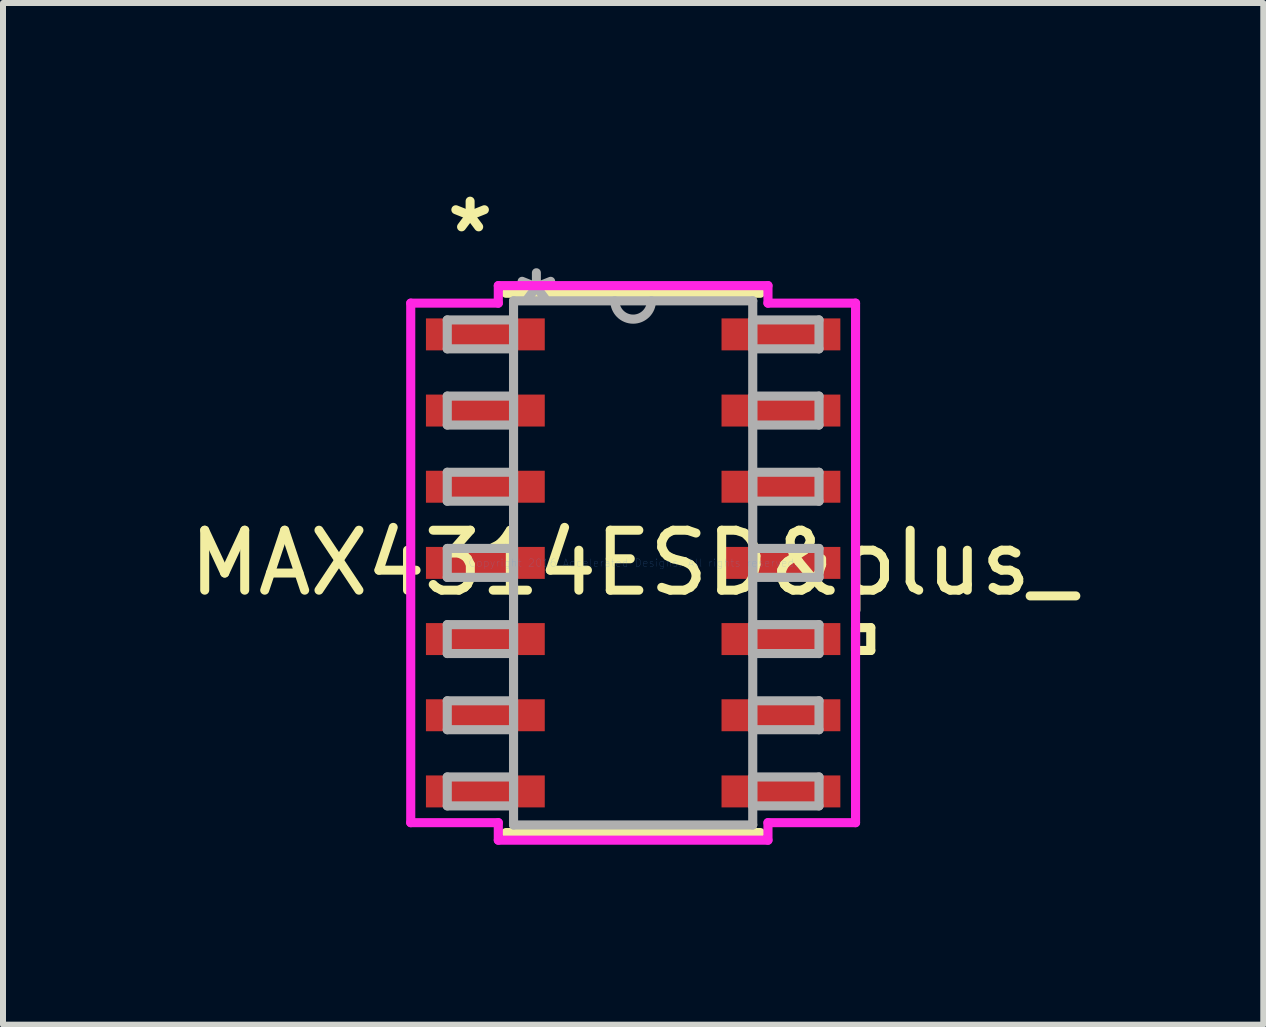
<source format=kicad_pcb>
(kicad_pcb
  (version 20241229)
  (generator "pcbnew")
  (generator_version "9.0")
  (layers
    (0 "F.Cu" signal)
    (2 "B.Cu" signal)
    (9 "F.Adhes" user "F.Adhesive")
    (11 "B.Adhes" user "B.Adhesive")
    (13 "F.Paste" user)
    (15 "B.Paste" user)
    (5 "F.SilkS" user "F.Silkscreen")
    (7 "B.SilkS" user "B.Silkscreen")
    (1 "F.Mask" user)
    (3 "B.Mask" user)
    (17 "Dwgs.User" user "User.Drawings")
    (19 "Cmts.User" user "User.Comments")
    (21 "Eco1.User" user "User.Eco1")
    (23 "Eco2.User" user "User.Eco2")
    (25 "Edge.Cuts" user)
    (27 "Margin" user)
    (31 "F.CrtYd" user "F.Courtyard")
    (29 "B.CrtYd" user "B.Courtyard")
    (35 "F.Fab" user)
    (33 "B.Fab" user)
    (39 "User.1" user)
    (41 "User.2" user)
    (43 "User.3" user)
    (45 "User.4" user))
  (footprint "MAX4314ESD&plus_"
    (layer "F.Cu")
    (at 7.506 6.335)
    (property "Reference" "MAX4314ESD&plus_" (at 0 0 0) (layer "F.SilkS") (effects (font (size 1 1) (thickness 0.15))))
    (attr through_hole)
    (fp_line (start -2.121 4.496) (end 2.121 4.496) (stroke (width 0.152) (type solid)) (layer "F.SilkS"))
    (fp_line (start 2.121 -4.496) (end -2.121 -4.496) (stroke (width 0.152) (type solid)) (layer "F.SilkS"))
    (fp_line (start 3.708 1.079) (end 3.962 1.079) (stroke (width 0.152) (type solid)) (layer "F.SilkS"))
    (fp_line (start 3.708 1.46) (end 3.708 1.079) (stroke (width 0.152) (type solid)) (layer "F.SilkS"))
    (fp_line (start 3.962 1.079) (end 3.962 1.46) (stroke (width 0.152) (type solid)) (layer "F.SilkS"))
    (fp_line (start 3.962 1.46) (end 3.708 1.46) (stroke (width 0.152) (type solid)) (layer "F.SilkS"))
    (fp_line (start -3.708 -4.331) (end -2.248 -4.331) (stroke (width 0.152) (type solid)) (layer "F.CrtYd"))
    (fp_line (start -3.708 4.331) (end -3.708 -4.331) (stroke (width 0.152) (type solid)) (layer "F.CrtYd"))
    (fp_line (start -2.248 -4.623) (end 2.248 -4.623) (stroke (width 0.152) (type solid)) (layer "F.CrtYd"))
    (fp_line (start -2.248 -4.331) (end -2.248 -4.623) (stroke (width 0.152) (type solid)) (layer "F.CrtYd"))
    (fp_line (start -2.248 4.331) (end -3.708 4.331) (stroke (width 0.152) (type solid)) (layer "F.CrtYd"))
    (fp_line (start -2.248 4.623) (end -2.248 4.331) (stroke (width 0.152) (type solid)) (layer "F.CrtYd"))
    (fp_line (start 2.248 -4.623) (end 2.248 -4.331) (stroke (width 0.152) (type solid)) (layer "F.CrtYd"))
    (fp_line (start 2.248 -4.331) (end 3.708 -4.331) (stroke (width 0.152) (type solid)) (layer "F.CrtYd"))
    (fp_line (start 2.248 4.331) (end 2.248 4.623) (stroke (width 0.152) (type solid)) (layer "F.CrtYd"))
    (fp_line (start 2.248 4.623) (end -2.248 4.623) (stroke (width 0.152) (type solid)) (layer "F.CrtYd"))
    (fp_line (start 3.708 -4.331) (end 3.708 4.331) (stroke (width 0.152) (type solid)) (layer "F.CrtYd"))
    (fp_line (start 3.708 4.331) (end 2.248 4.331) (stroke (width 0.152) (type solid)) (layer "F.CrtYd"))
    (fp_line (start -3.099 -4.051) (end -3.099 -3.569) (stroke (width 0.152) (type solid)) (layer "F.Fab"))
    (fp_line (start -3.099 -3.569) (end -1.994 -3.569) (stroke (width 0.152) (type solid)) (layer "F.Fab"))
    (fp_line (start -3.099 -2.781) (end -3.099 -2.299) (stroke (width 0.152) (type solid)) (layer "F.Fab"))
    (fp_line (start -3.099 -2.299) (end -1.994 -2.299) (stroke (width 0.152) (type solid)) (layer "F.Fab"))
    (fp_line (start -3.099 -1.511) (end -3.099 -1.029) (stroke (width 0.152) (type solid)) (layer "F.Fab"))
    (fp_line (start -3.099 -1.029) (end -1.994 -1.029) (stroke (width 0.152) (type solid)) (layer "F.Fab"))
    (fp_line (start -3.099 -0.241) (end -3.099 0.241) (stroke (width 0.152) (type solid)) (layer "F.Fab"))
    (fp_line (start -3.099 0.241) (end -1.994 0.241) (stroke (width 0.152) (type solid)) (layer "F.Fab"))
    (fp_line (start -3.099 1.029) (end -3.099 1.511) (stroke (width 0.152) (type solid)) (layer "F.Fab"))
    (fp_line (start -3.099 1.511) (end -1.994 1.511) (stroke (width 0.152) (type solid)) (layer "F.Fab"))
    (fp_line (start -3.099 2.299) (end -3.099 2.781) (stroke (width 0.152) (type solid)) (layer "F.Fab"))
    (fp_line (start -3.099 2.781) (end -1.994 2.781) (stroke (width 0.152) (type solid)) (layer "F.Fab"))
    (fp_line (start -3.099 3.569) (end -3.099 4.051) (stroke (width 0.152) (type solid)) (layer "F.Fab"))
    (fp_line (start -3.099 4.051) (end -1.994 4.051) (stroke (width 0.152) (type solid)) (layer "F.Fab"))
    (fp_line (start -1.994 -4.369) (end -1.994 4.369) (stroke (width 0.152) (type solid)) (layer "F.Fab"))
    (fp_line (start -1.994 -4.051) (end -3.099 -4.051) (stroke (width 0.152) (type solid)) (layer "F.Fab"))
    (fp_line (start -1.994 -3.569) (end -1.994 -4.051) (stroke (width 0.152) (type solid)) (layer "F.Fab"))
    (fp_line (start -1.994 -2.781) (end -3.099 -2.781) (stroke (width 0.152) (type solid)) (layer "F.Fab"))
    (fp_line (start -1.994 -2.299) (end -1.994 -2.781) (stroke (width 0.152) (type solid)) (layer "F.Fab"))
    (fp_line (start -1.994 -1.511) (end -3.099 -1.511) (stroke (width 0.152) (type solid)) (layer "F.Fab"))
    (fp_line (start -1.994 -1.029) (end -1.994 -1.511) (stroke (width 0.152) (type solid)) (layer "F.Fab"))
    (fp_line (start -1.994 -0.241) (end -3.099 -0.241) (stroke (width 0.152) (type solid)) (layer "F.Fab"))
    (fp_line (start -1.994 0.241) (end -1.994 -0.241) (stroke (width 0.152) (type solid)) (layer "F.Fab"))
    (fp_line (start -1.994 1.029) (end -3.099 1.029) (stroke (width 0.152) (type solid)) (layer "F.Fab"))
    (fp_line (start -1.994 1.511) (end -1.994 1.029) (stroke (width 0.152) (type solid)) (layer "F.Fab"))
    (fp_line (start -1.994 2.299) (end -3.099 2.299) (stroke (width 0.152) (type solid)) (layer "F.Fab"))
    (fp_line (start -1.994 2.781) (end -1.994 2.299) (stroke (width 0.152) (type solid)) (layer "F.Fab"))
    (fp_line (start -1.994 3.569) (end -3.099 3.569) (stroke (width 0.152) (type solid)) (layer "F.Fab"))
    (fp_line (start -1.994 4.051) (end -1.994 3.569) (stroke (width 0.152) (type solid)) (layer "F.Fab"))
    (fp_line (start -1.994 4.369) (end 1.994 4.369) (stroke (width 0.152) (type solid)) (layer "F.Fab"))
    (fp_line (start 1.994 -4.369) (end -1.994 -4.369) (stroke (width 0.152) (type solid)) (layer "F.Fab"))
    (fp_line (start 1.994 -4.051) (end 1.994 -3.569) (stroke (width 0.152) (type solid)) (layer "F.Fab"))
    (fp_line (start 1.994 -3.569) (end 3.099 -3.569) (stroke (width 0.152) (type solid)) (layer "F.Fab"))
    (fp_line (start 1.994 -2.781) (end 1.994 -2.299) (stroke (width 0.152) (type solid)) (layer "F.Fab"))
    (fp_line (start 1.994 -2.299) (end 3.099 -2.299) (stroke (width 0.152) (type solid)) (layer "F.Fab"))
    (fp_line (start 1.994 -1.511) (end 1.994 -1.029) (stroke (width 0.152) (type solid)) (layer "F.Fab"))
    (fp_line (start 1.994 -1.029) (end 3.099 -1.029) (stroke (width 0.152) (type solid)) (layer "F.Fab"))
    (fp_line (start 1.994 -0.241) (end 1.994 0.241) (stroke (width 0.152) (type solid)) (layer "F.Fab"))
    (fp_line (start 1.994 0.241) (end 3.099 0.241) (stroke (width 0.152) (type solid)) (layer "F.Fab"))
    (fp_line (start 1.994 1.029) (end 1.994 1.511) (stroke (width 0.152) (type solid)) (layer "F.Fab"))
    (fp_line (start 1.994 1.511) (end 3.099 1.511) (stroke (width 0.152) (type solid)) (layer "F.Fab"))
    (fp_line (start 1.994 2.299) (end 1.994 2.781) (stroke (width 0.152) (type solid)) (layer "F.Fab"))
    (fp_line (start 1.994 2.781) (end 3.099 2.781) (stroke (width 0.152) (type solid)) (layer "F.Fab"))
    (fp_line (start 1.994 3.569) (end 1.994 4.051) (stroke (width 0.152) (type solid)) (layer "F.Fab"))
    (fp_line (start 1.994 4.051) (end 3.099 4.051) (stroke (width 0.152) (type solid)) (layer "F.Fab"))
    (fp_line (start 1.994 4.369) (end 1.994 -4.369) (stroke (width 0.152) (type solid)) (layer "F.Fab"))
    (fp_line (start 3.099 -4.051) (end 1.994 -4.051) (stroke (width 0.152) (type solid)) (layer "F.Fab"))
    (fp_line (start 3.099 -3.569) (end 3.099 -4.051) (stroke (width 0.152) (type solid)) (layer "F.Fab"))
    (fp_line (start 3.099 -2.781) (end 1.994 -2.781) (stroke (width 0.152) (type solid)) (layer "F.Fab"))
    (fp_line (start 3.099 -2.299) (end 3.099 -2.781) (stroke (width 0.152) (type solid)) (layer "F.Fab"))
    (fp_line (start 3.099 -1.511) (end 1.994 -1.511) (stroke (width 0.152) (type solid)) (layer "F.Fab"))
    (fp_line (start 3.099 -1.029) (end 3.099 -1.511) (stroke (width 0.152) (type solid)) (layer "F.Fab"))
    (fp_line (start 3.099 -0.241) (end 1.994 -0.241) (stroke (width 0.152) (type solid)) (layer "F.Fab"))
    (fp_line (start 3.099 0.241) (end 3.099 -0.241) (stroke (width 0.152) (type solid)) (layer "F.Fab"))
    (fp_line (start 3.099 1.029) (end 1.994 1.029) (stroke (width 0.152) (type solid)) (layer "F.Fab"))
    (fp_line (start 3.099 1.511) (end 3.099 1.029) (stroke (width 0.152) (type solid)) (layer "F.Fab"))
    (fp_line (start 3.099 2.299) (end 1.994 2.299) (stroke (width 0.152) (type solid)) (layer "F.Fab"))
    (fp_line (start 3.099 2.781) (end 3.099 2.299) (stroke (width 0.152) (type solid)) (layer "F.Fab"))
    (fp_line (start 3.099 3.569) (end 1.994 3.569) (stroke (width 0.152) (type solid)) (layer "F.Fab"))
    (fp_line (start 3.099 4.051) (end 3.099 3.569) (stroke (width 0.152) (type solid)) (layer "F.Fab"))
    (fp_arc (start 0.3048 -4.3688) (mid 0 -4.064) (end -0.3048 -4.3688) (stroke (width 0.1524) (type solid)) (layer "F.Fab"))
    (fp_text user "*" (at -2.718 -5.486 0) (layer "F.SilkS") (effects (font (size 1 1) (thickness 0.15))))
    (fp_text user "Copyright 2016 Accelerated Designs. All rights reserved." (at 0 0 0) (layer "Cmts.User") (effects (font (size 0.127 0.127) (thickness 0.002))))
    (fp_text user "*" (at -1.613 -4.293 0) (layer "F.Fab") (effects (font (size 1 1) (thickness 0.15))))
    (pad "1" smd rect (at -2.464 -3.81) (size 1.981 0.533) (layers "F.Cu" "F.Mask" "F.Paste"))
    (pad "2" smd rect (at -2.464 -2.54) (size 1.981 0.533) (layers "F.Cu" "F.Mask" "F.Paste"))
    (pad "3" smd rect (at -2.464 -1.27) (size 1.981 0.533) (layers "F.Cu" "F.Mask" "F.Paste"))
    (pad "4" smd rect (at -2.464 0) (size 1.981 0.533) (layers "F.Cu" "F.Mask" "F.Paste"))
    (pad "5" smd rect (at -2.464 1.27) (size 1.981 0.533) (layers "F.Cu" "F.Mask" "F.Paste"))
    (pad "6" smd rect (at -2.464 2.54) (size 1.981 0.533) (layers "F.Cu" "F.Mask" "F.Paste"))
    (pad "7" smd rect (at -2.464 3.81) (size 1.981 0.533) (layers "F.Cu" "F.Mask" "F.Paste"))
    (pad "8" smd rect (at 2.464 3.81) (size 1.981 0.533) (layers "F.Cu" "F.Mask" "F.Paste"))
    (pad "9" smd rect (at 2.464 2.54) (size 1.981 0.533) (layers "F.Cu" "F.Mask" "F.Paste"))
    (pad "10" smd rect (at 2.464 1.27) (size 1.981 0.533) (layers "F.Cu" "F.Mask" "F.Paste"))
    (pad "11" smd rect (at 2.464 0) (size 1.981 0.533) (layers "F.Cu" "F.Mask" "F.Paste"))
    (pad "12" smd rect (at 2.464 -1.27) (size 1.981 0.533) (layers "F.Cu" "F.Mask" "F.Paste"))
    (pad "13" smd rect (at 2.464 -2.54) (size 1.981 0.533) (layers "F.Cu" "F.Mask" "F.Paste"))
    (pad "14" smd rect (at 2.464 -3.81) (size 1.981 0.533) (layers "F.Cu" "F.Mask" "F.Paste")))
  (gr_rect
    (start -3 -3)
    (end 18.012 14.034)
    (stroke (width 0.1) (type default))
    (fill no)
    (layer "Edge.Cuts")))
</source>
